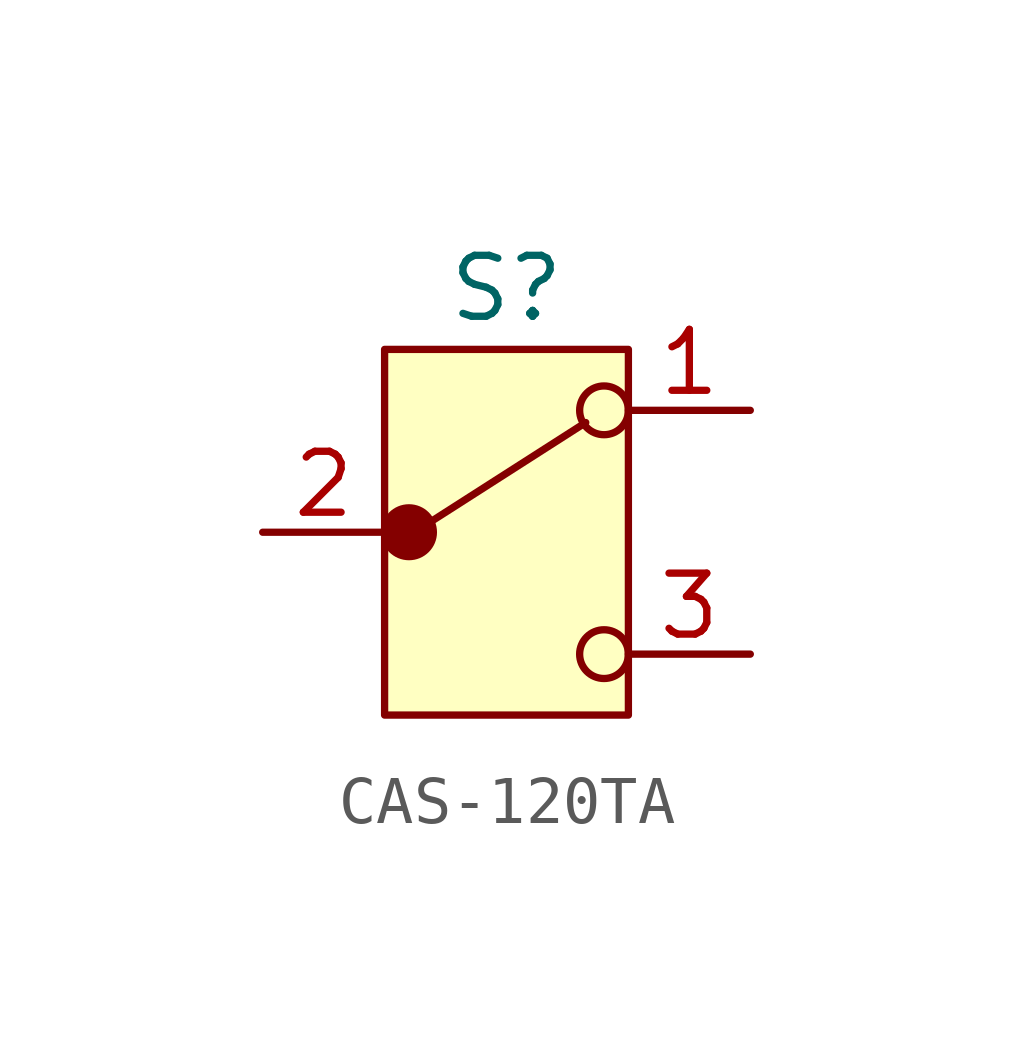
<source format=kicad_sym>
(kicad_symbol_lib
  (version 20211014)
  (generator kicad_symbol_editor)
  (symbol "CAS-120TA"
    (pin_names hide)
    (property "Reference" "S"
      (at 0 5.08 0)
      (effects (font (size 1.27 1.27))))
    (symbol "CAS-120TA_1_1"
      (circle (center -2.032 0) (radius 0.508) (stroke (width 0) (type default) (color 0 0 0 0)) (fill (type outline)))
      (polyline (pts (xy -1.524 0.254) (xy 1.651 2.286)) (stroke (width 0) (type default) (color 0 0 0 0)) (fill (type none)))
      (circle (center 2.032 -2.54) (radius 0.508) (stroke (width 0) (type default) (color 0 0 0 0)) (fill (type none)))
      (circle (center 2.032 2.54) (radius 0.508) (stroke (width 0) (type default) (color 0 0 0 0)) (fill (type none)))
      (rectangle (start 2.54 -3.81) (end -2.54 3.81) (stroke (width 0) (type default) (color 0 0 0 0)) (fill (type background)))
      (pin passive line (at 5.08 2.54 180) (length 2.54) (name "1" (effects (font (size 1.27 1.27)))) (number "1" (effects (font (size 1.27 1.27)))))
      (pin passive line (at -5.08 0 0) (length 2.54) (name "2" (effects (font (size 1.27 1.27)))) (number "2" (effects (font (size 1.27 1.27)))))
      (pin passive line (at 5.08 -2.54 180) (length 2.54) (name "3" (effects (font (size 1.27 1.27)))) (number "3" (effects (font (size 1.27 1.27))))))))
</source>
